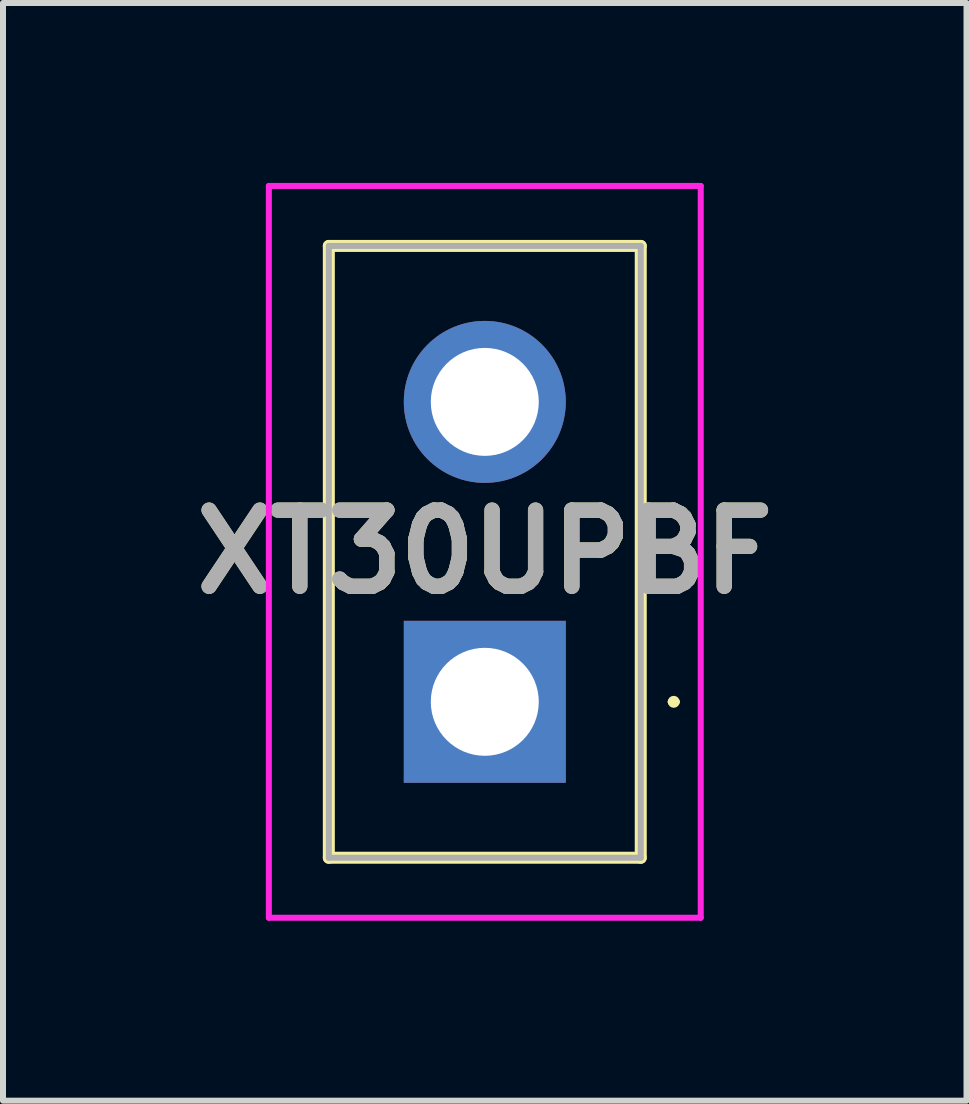
<source format=kicad_pcb>
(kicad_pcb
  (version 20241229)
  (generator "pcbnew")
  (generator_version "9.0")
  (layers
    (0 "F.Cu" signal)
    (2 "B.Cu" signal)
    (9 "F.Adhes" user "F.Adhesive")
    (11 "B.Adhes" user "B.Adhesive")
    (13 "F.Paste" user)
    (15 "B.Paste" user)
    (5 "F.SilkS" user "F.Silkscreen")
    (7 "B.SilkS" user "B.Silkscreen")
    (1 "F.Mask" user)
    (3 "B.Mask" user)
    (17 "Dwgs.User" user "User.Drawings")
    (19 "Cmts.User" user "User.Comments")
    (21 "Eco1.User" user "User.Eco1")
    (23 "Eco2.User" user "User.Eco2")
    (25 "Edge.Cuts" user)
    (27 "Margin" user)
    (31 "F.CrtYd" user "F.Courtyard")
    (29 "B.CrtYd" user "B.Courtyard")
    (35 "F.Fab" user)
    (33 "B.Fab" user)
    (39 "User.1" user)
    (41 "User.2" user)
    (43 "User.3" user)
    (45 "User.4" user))
  (footprint "XT30UPBF"
    (layer "F.Cu")
    (at 5.032 8.65)
    (property "Reference" "XT30UPBF" (at 0 -2.5 0) (layer "F.SilkS") (effects (font (size 1.27 1.27) (thickness 0.254))))
    (attr through_hole)
    (fp_line (start -2.6 -7.6) (end 2.6 -7.6) (stroke (width 0.2) (type solid)) (layer "F.SilkS"))
    (fp_line (start -2.6 2.6) (end -2.6 -7.6) (stroke (width 0.2) (type solid)) (layer "F.SilkS"))
    (fp_line (start 2.6 -7.6) (end 2.6 2.6) (stroke (width 0.2) (type solid)) (layer "F.SilkS"))
    (fp_line (start 2.6 2.6) (end -2.6 2.6) (stroke (width 0.2) (type solid)) (layer "F.SilkS"))
    (fp_line (start 3.1 0) (end 3.1 0) (stroke (width 0.1) (type solid)) (layer "F.SilkS"))
    (fp_line (start 3.2 0) (end 3.2 0) (stroke (width 0.1) (type solid)) (layer "F.SilkS"))
    (fp_arc (start 3.1 0) (mid 3.15 -0.05) (end 3.2 0) (stroke (width 0.1) (type solid)) (layer "F.SilkS"))
    (fp_arc (start 3.2 0) (mid 3.15 0.05) (end 3.1 0) (stroke (width 0.1) (type solid)) (layer "F.SilkS"))
    (fp_line (start -3.6 -8.6) (end 3.6 -8.6) (stroke (width 0.1) (type solid)) (layer "F.CrtYd"))
    (fp_line (start -3.6 3.6) (end -3.6 -8.6) (stroke (width 0.1) (type solid)) (layer "F.CrtYd"))
    (fp_line (start 3.6 -8.6) (end 3.6 3.6) (stroke (width 0.1) (type solid)) (layer "F.CrtYd"))
    (fp_line (start 3.6 3.6) (end -3.6 3.6) (stroke (width 0.1) (type solid)) (layer "F.CrtYd"))
    (fp_line (start -2.6 -7.6) (end 2.6 -7.6) (stroke (width 0.1) (type solid)) (layer "F.Fab"))
    (fp_line (start -2.6 2.6) (end -2.6 -7.6) (stroke (width 0.1) (type solid)) (layer "F.Fab"))
    (fp_line (start 2.6 -7.6) (end 2.6 2.6) (stroke (width 0.1) (type solid)) (layer "F.Fab"))
    (fp_line (start 2.6 2.6) (end -2.6 2.6) (stroke (width 0.1) (type solid)) (layer "F.Fab"))
    (fp_text user "${REFERENCE}" (at 0 -2.5 0) (layer "F.Fab") (effects (font (size 1.27 1.27) (thickness 0.254))))
    (pad "1" thru_hole rect (at 0 0) (size 2.7 2.7) (drill 1.8) (layers "*.Cu" "*.Mask"))
    (pad "2" thru_hole circle (at 0 -5) (size 2.7 2.7) (drill 1.8) (layers "*.Cu" "*.Mask")))
  (gr_rect
    (start -3 -3)
    (end 13.063 15.3)
    (stroke (width 0.1) (type default))
    (fill no)
    (layer "Edge.Cuts")))
</source>
